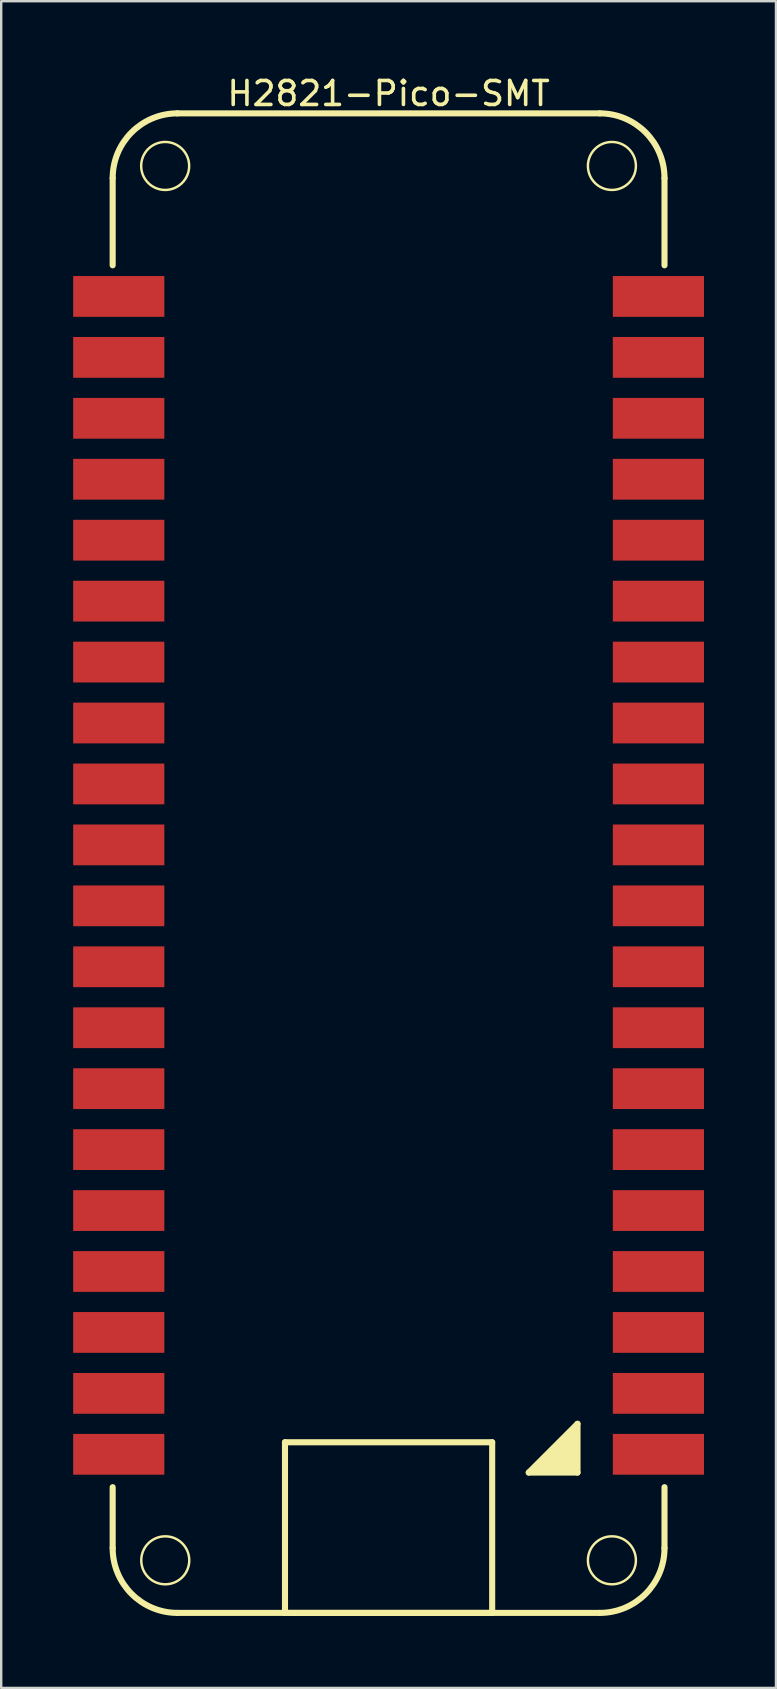
<source format=kicad_pcb>
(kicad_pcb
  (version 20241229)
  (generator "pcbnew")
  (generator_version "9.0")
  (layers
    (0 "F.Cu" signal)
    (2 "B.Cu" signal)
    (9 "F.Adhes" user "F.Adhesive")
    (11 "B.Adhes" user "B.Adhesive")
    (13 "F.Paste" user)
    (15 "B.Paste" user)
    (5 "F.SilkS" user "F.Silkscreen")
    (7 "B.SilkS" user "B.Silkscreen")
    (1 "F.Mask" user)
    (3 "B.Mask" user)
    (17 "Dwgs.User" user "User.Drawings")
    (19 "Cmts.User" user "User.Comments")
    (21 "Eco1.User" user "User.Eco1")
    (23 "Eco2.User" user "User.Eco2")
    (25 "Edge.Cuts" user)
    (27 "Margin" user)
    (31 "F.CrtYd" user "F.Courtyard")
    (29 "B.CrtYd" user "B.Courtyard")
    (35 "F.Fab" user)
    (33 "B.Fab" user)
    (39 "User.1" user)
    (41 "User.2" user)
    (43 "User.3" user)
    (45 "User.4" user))
  (footprint "H2821-Pico-SMT"
    (layer "F.Cu")
    (at 13.146 33.435)
    (property "Reference" "H2821-Pico-SMT" (at 0 -32.587 0) (layer "F.SilkS") (effects (font (size 1 1) (thickness 0.15))))
    (fp_line (start -11.5 -25.427) (end -11.5 -29.06) (stroke (width 0.254) (type solid)) (layer "F.SilkS"))
    (fp_line (start -11.5 28.04) (end -11.5 25.5) (stroke (width 0.254) (type solid)) (layer "F.SilkS"))
    (fp_line (start -8.8 -31.76) (end 8.8 -31.76) (stroke (width 0.254) (type solid)) (layer "F.SilkS"))
    (fp_line (start -8.8 30.74) (end 8.8 30.74) (stroke (width 0.254) (type solid)) (layer "F.SilkS"))
    (fp_line (start -4.318 23.628) (end 4.318 23.628) (stroke (width 0.254) (type solid)) (layer "F.SilkS"))
    (fp_line (start -4.318 30.74) (end -4.318 23.628) (stroke (width 0.254) (type solid)) (layer "F.SilkS"))
    (fp_line (start -4.318 30.74) (end 4.318 30.74) (stroke (width 0.254) (type solid)) (layer "F.SilkS"))
    (fp_line (start 4.318 30.74) (end 4.318 23.628) (stroke (width 0.254) (type solid)) (layer "F.SilkS"))
    (fp_line (start 5.842 24.89) (end 7.874 22.858) (stroke (width 0.254) (type solid)) (layer "F.SilkS"))
    (fp_line (start 5.842 24.89) (end 7.874 24.89) (stroke (width 0.254) (type solid)) (layer "F.SilkS"))
    (fp_line (start 7.874 24.89) (end 7.874 22.858) (stroke (width 0.254) (type solid)) (layer "F.SilkS"))
    (fp_line (start 11.5 -25.427) (end 11.5 -29.06) (stroke (width 0.254) (type solid)) (layer "F.SilkS"))
    (fp_line (start 11.5 28.04) (end 11.5 25.5) (stroke (width 0.254) (type solid)) (layer "F.SilkS"))
    (fp_arc (start -11.49998 -29.06) (mid -10.709168 -30.969188) (end -8.79998 -31.76) (stroke (width 0.254) (type solid)) (layer "F.SilkS"))
    (fp_arc (start -8.79998 30.74) (mid -10.709168 29.949188) (end -11.49998 28.04) (stroke (width 0.254) (type solid)) (layer "F.SilkS"))
    (fp_arc (start 8.80003 -31.76) (mid 10.709218 -30.969188) (end 11.50003 -29.06) (stroke (width 0.254) (type solid)) (layer "F.SilkS"))
    (fp_arc (start 11.50003 28.04) (mid 10.709218 29.949188) (end 8.80003 30.74) (stroke (width 0.254) (type solid)) (layer "F.SilkS"))
    (fp_circle (center -9.312 -29.568) (end -9.312 -30.568) (stroke (width 0.102) (type solid)) (fill no) (layer "F.SilkS"))
    (fp_circle (center -9.308 28.548) (end -9.308 27.548) (stroke (width 0.102) (type solid)) (fill no) (layer "F.SilkS"))
    (fp_circle (center 9.308 -29.568) (end 9.308 -30.568) (stroke (width 0.102) (type solid)) (fill no) (layer "F.SilkS"))
    (fp_circle (center 9.308 28.548) (end 9.308 27.548) (stroke (width 0.102) (type solid)) (fill no) (layer "F.SilkS"))
    (fp_poly (pts (xy 5.842 24.89) (xy 7.874 24.89) (xy 7.874 22.858)) (stroke (width 0) (type default)) (fill yes) (layer "F.SilkS"))
    (pad "1" smd rect (at 11.246 24.13 90) (size 1.7 3.8) (layers "F.Cu" "F.Mask" "F.Paste"))
    (pad "2" smd rect (at 11.246 21.59 90) (size 1.7 3.8) (layers "F.Cu" "F.Mask" "F.Paste"))
    (pad "3" smd rect (at 11.246 19.05 90) (size 1.7 3.8) (layers "F.Cu" "F.Mask" "F.Paste"))
    (pad "4" smd rect (at 11.246 16.51 90) (size 1.7 3.8) (layers "F.Cu" "F.Mask" "F.Paste"))
    (pad "5" smd rect (at 11.246 13.97 90) (size 1.7 3.8) (layers "F.Cu" "F.Mask" "F.Paste"))
    (pad "6" smd rect (at 11.246 11.43 90) (size 1.7 3.8) (layers "F.Cu" "F.Mask" "F.Paste"))
    (pad "7" smd rect (at 11.246 8.89 90) (size 1.7 3.8) (layers "F.Cu" "F.Mask" "F.Paste"))
    (pad "8" smd rect (at 11.246 6.35 90) (size 1.7 3.8) (layers "F.Cu" "F.Mask" "F.Paste"))
    (pad "9" smd rect (at 11.246 3.81 90) (size 1.7 3.8) (layers "F.Cu" "F.Mask" "F.Paste"))
    (pad "10" smd rect (at 11.246 1.27 90) (size 1.7 3.8) (layers "F.Cu" "F.Mask" "F.Paste"))
    (pad "11" smd rect (at 11.246 -1.27 90) (size 1.7 3.8) (layers "F.Cu" "F.Mask" "F.Paste"))
    (pad "12" smd rect (at 11.246 -3.81 90) (size 1.7 3.8) (layers "F.Cu" "F.Mask" "F.Paste"))
    (pad "13" smd rect (at 11.246 -6.35 90) (size 1.7 3.8) (layers "F.Cu" "F.Mask" "F.Paste"))
    (pad "14" smd rect (at 11.246 -8.89 90) (size 1.7 3.8) (layers "F.Cu" "F.Mask" "F.Paste"))
    (pad "15" smd rect (at 11.246 -11.43 90) (size 1.7 3.8) (layers "F.Cu" "F.Mask" "F.Paste"))
    (pad "16" smd rect (at 11.246 -13.97 90) (size 1.7 3.8) (layers "F.Cu" "F.Mask" "F.Paste"))
    (pad "17" smd rect (at 11.246 -16.51 90) (size 1.7 3.8) (layers "F.Cu" "F.Mask" "F.Paste"))
    (pad "18" smd rect (at 11.246 -19.05 90) (size 1.7 3.8) (layers "F.Cu" "F.Mask" "F.Paste"))
    (pad "19" smd rect (at 11.246 -21.59 90) (size 1.7 3.8) (layers "F.Cu" "F.Mask" "F.Paste"))
    (pad "20" smd rect (at 11.246 -24.13 90) (size 1.7 3.8) (layers "F.Cu" "F.Mask" "F.Paste"))
    (pad "21" smd rect (at -11.246 -24.13 90) (size 1.7 3.8) (layers "F.Cu" "F.Mask" "F.Paste"))
    (pad "22" smd rect (at -11.246 -21.59 90) (size 1.7 3.8) (layers "F.Cu" "F.Mask" "F.Paste"))
    (pad "23" smd rect (at -11.246 -19.05 90) (size 1.7 3.8) (layers "F.Cu" "F.Mask" "F.Paste"))
    (pad "24" smd rect (at -11.246 -16.51 90) (size 1.7 3.8) (layers "F.Cu" "F.Mask" "F.Paste"))
    (pad "25" smd rect (at -11.246 -13.97 90) (size 1.7 3.8) (layers "F.Cu" "F.Mask" "F.Paste"))
    (pad "26" smd rect (at -11.246 -11.43 90) (size 1.7 3.8) (layers "F.Cu" "F.Mask" "F.Paste"))
    (pad "27" smd rect (at -11.246 -8.89 90) (size 1.7 3.8) (layers "F.Cu" "F.Mask" "F.Paste"))
    (pad "28" smd rect (at -11.246 -6.35 90) (size 1.7 3.8) (layers "F.Cu" "F.Mask" "F.Paste"))
    (pad "29" smd rect (at -11.246 -3.81 90) (size 1.7 3.8) (layers "F.Cu" "F.Mask" "F.Paste"))
    (pad "30" smd rect (at -11.246 -1.27 90) (size 1.7 3.8) (layers "F.Cu" "F.Mask" "F.Paste"))
    (pad "31" smd rect (at -11.246 1.27 90) (size 1.7 3.8) (layers "F.Cu" "F.Mask" "F.Paste"))
    (pad "32" smd rect (at -11.246 3.81 90) (size 1.7 3.8) (layers "F.Cu" "F.Mask" "F.Paste"))
    (pad "33" smd rect (at -11.246 6.35 90) (size 1.7 3.8) (layers "F.Cu" "F.Mask" "F.Paste"))
    (pad "34" smd rect (at -11.246 8.89 90) (size 1.7 3.8) (layers "F.Cu" "F.Mask" "F.Paste"))
    (pad "35" smd rect (at -11.246 11.43 90) (size 1.7 3.8) (layers "F.Cu" "F.Mask" "F.Paste"))
    (pad "36" smd rect (at -11.246 13.97 90) (size 1.7 3.8) (layers "F.Cu" "F.Mask" "F.Paste"))
    (pad "37" smd rect (at -11.246 16.51 90) (size 1.7 3.8) (layers "F.Cu" "F.Mask" "F.Paste"))
    (pad "38" smd rect (at -11.246 19.05 90) (size 1.7 3.8) (layers "F.Cu" "F.Mask" "F.Paste"))
    (pad "39" smd rect (at -11.246 21.59 90) (size 1.7 3.8) (layers "F.Cu" "F.Mask" "F.Paste"))
    (pad "40" smd rect (at -11.246 24.13 90) (size 1.7 3.8) (layers "F.Cu" "F.Mask" "F.Paste")))
  (gr_rect
    (start -3 -3)
    (end 29.292 67.302)
    (stroke (width 0.1) (type default))
    (fill no)
    (layer "Edge.Cuts")))
</source>
